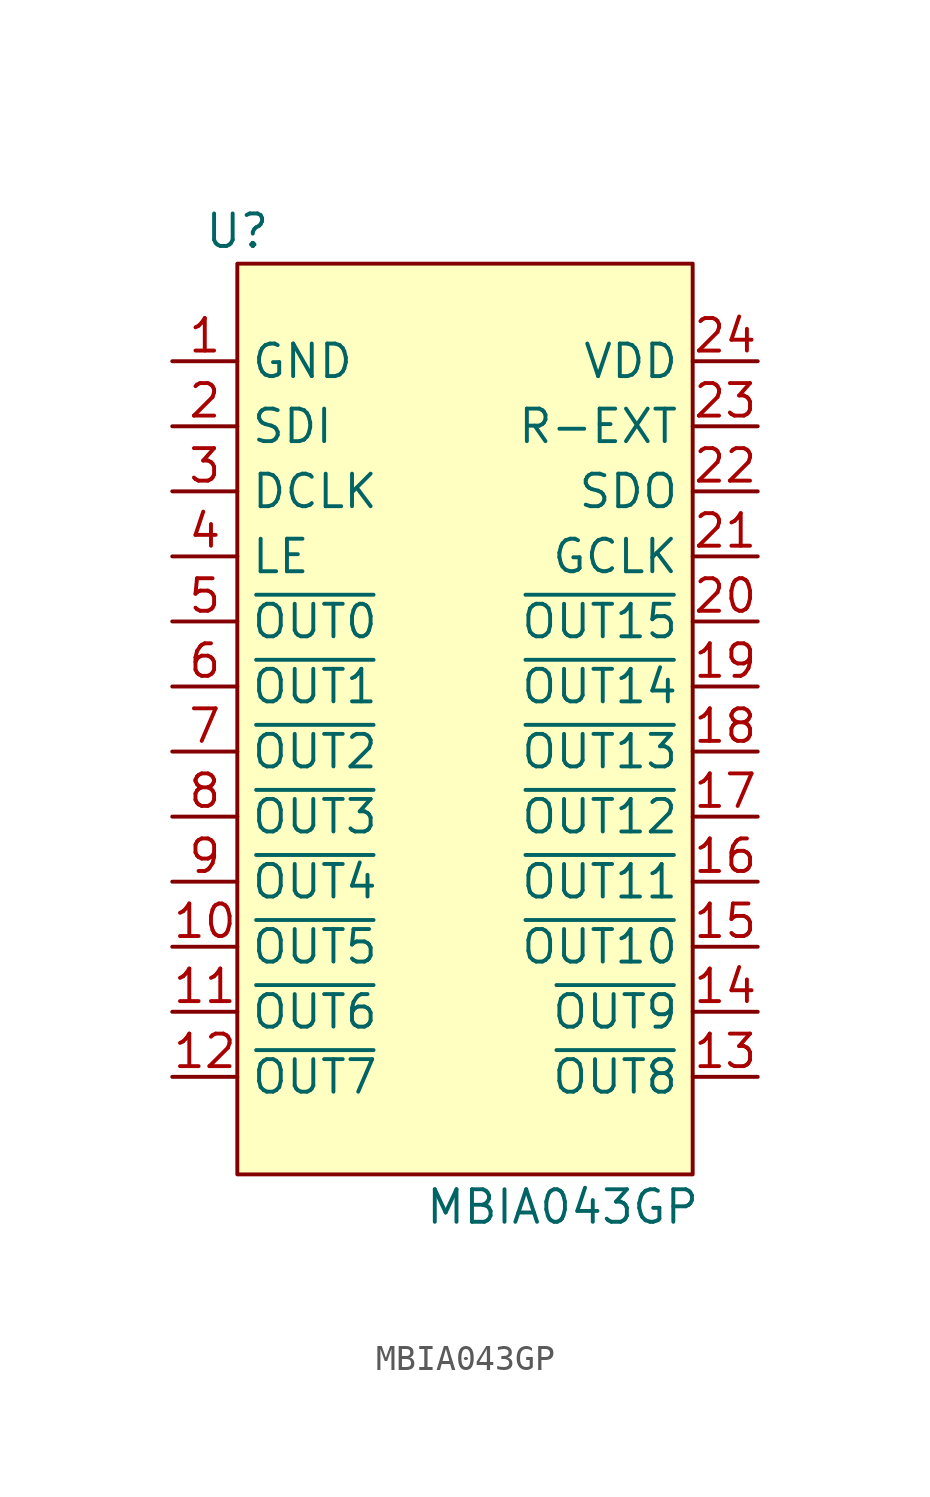
<source format=kicad_sym>
(kicad_symbol_lib
  (version 20211014)
  (generator kicad_symbol_editor)
  (symbol "MBIA043GP"
    (property "Reference" "U"
      (at -8.89 19.05 0)
      (effects (font (size 1.27 1.27))))
    (property "Value" "MBIA043GP"
      (at 3.81 -19.05 0)
      (effects (font (size 1.27 1.27))))
    (symbol "MBIA043GP_0_0"
      (pin power_in line (at -11.43 13.97 0) (length 2.54) (name "GND" (effects (font (size 1.27 1.27)))) (number "1" (effects (font (size 1.27 1.27)))))
      (pin output line (at -11.43 -8.89 0) (length 2.54) (name "~{OUT5}" (effects (font (size 1.27 1.27)))) (number "10" (effects (font (size 1.27 1.27)))))
      (pin output line (at -11.43 -11.43 0) (length 2.54) (name "~{OUT6}" (effects (font (size 1.27 1.27)))) (number "11" (effects (font (size 1.27 1.27)))))
      (pin output line (at -11.43 -13.97 0) (length 2.54) (name "~{OUT7}" (effects (font (size 1.27 1.27)))) (number "12" (effects (font (size 1.27 1.27)))))
      (pin input line (at 11.43 -13.97 180) (length 2.54) (name "~{OUT8}" (effects (font (size 1.27 1.27)))) (number "13" (effects (font (size 1.27 1.27)))))
      (pin input line (at 11.43 -11.43 180) (length 2.54) (name "~{OUT9}" (effects (font (size 1.27 1.27)))) (number "14" (effects (font (size 1.27 1.27)))))
      (pin input line (at 11.43 -8.89 180) (length 2.54) (name "~{OUT10}" (effects (font (size 1.27 1.27)))) (number "15" (effects (font (size 1.27 1.27)))))
      (pin input line (at 11.43 -6.35 180) (length 2.54) (name "~{OUT11}" (effects (font (size 1.27 1.27)))) (number "16" (effects (font (size 1.27 1.27)))))
      (pin input line (at 11.43 -3.81 180) (length 2.54) (name "~{OUT12}" (effects (font (size 1.27 1.27)))) (number "17" (effects (font (size 1.27 1.27)))))
      (pin input line (at 11.43 -1.27 180) (length 2.54) (name "~{OUT13}" (effects (font (size 1.27 1.27)))) (number "18" (effects (font (size 1.27 1.27)))))
      (pin input line (at 11.43 1.27 180) (length 2.54) (name "~{OUT14}" (effects (font (size 1.27 1.27)))) (number "19" (effects (font (size 1.27 1.27)))))
      (pin input line (at -11.43 11.43 0) (length 2.54) (name "SDI" (effects (font (size 1.27 1.27)))) (number "2" (effects (font (size 1.27 1.27)))))
      (pin input line (at 11.43 3.81 180) (length 2.54) (name "~{OUT15}" (effects (font (size 1.27 1.27)))) (number "20" (effects (font (size 1.27 1.27)))))
      (pin input line (at 11.43 6.35 180) (length 2.54) (name "GCLK" (effects (font (size 1.27 1.27)))) (number "21" (effects (font (size 1.27 1.27)))))
      (pin output line (at 11.43 8.89 180) (length 2.54) (name "SDO" (effects (font (size 1.27 1.27)))) (number "22" (effects (font (size 1.27 1.27)))))
      (pin unspecified line (at 11.43 11.43 180) (length 2.54) (name "R-EXT" (effects (font (size 1.27 1.27)))) (number "23" (effects (font (size 1.27 1.27)))))
      (pin power_in line (at 11.43 13.97 180) (length 2.54) (name "VDD" (effects (font (size 1.27 1.27)))) (number "24" (effects (font (size 1.27 1.27)))))
      (pin input line (at -11.43 8.89 0) (length 2.54) (name "DCLK" (effects (font (size 1.27 1.27)))) (number "3" (effects (font (size 1.27 1.27)))))
      (pin input line (at -11.43 6.35 0) (length 2.54) (name "LE" (effects (font (size 1.27 1.27)))) (number "4" (effects (font (size 1.27 1.27)))))
      (pin output line (at -11.43 3.81 0) (length 2.54) (name "~{OUT0}" (effects (font (size 1.27 1.27)))) (number "5" (effects (font (size 1.27 1.27)))))
      (pin output line (at -11.43 1.27 0) (length 2.54) (name "~{OUT1}" (effects (font (size 1.27 1.27)))) (number "6" (effects (font (size 1.27 1.27)))))
      (pin output line (at -11.43 -1.27 0) (length 2.54) (name "~{OUT2}" (effects (font (size 1.27 1.27)))) (number "7" (effects (font (size 1.27 1.27)))))
      (pin output line (at -11.43 -3.81 0) (length 2.54) (name "~{OUT3}" (effects (font (size 1.27 1.27)))) (number "8" (effects (font (size 1.27 1.27)))))
      (pin output line (at -11.43 -6.35 0) (length 2.54) (name "~{OUT4}" (effects (font (size 1.27 1.27)))) (number "9" (effects (font (size 1.27 1.27))))))
    (symbol "MBIA043GP_0_1"
      (rectangle (start -8.89 17.78) (end 8.89 -17.78) (stroke (width 0) (type default) (color 0 0 0 0)) (fill (type background))))))
</source>
